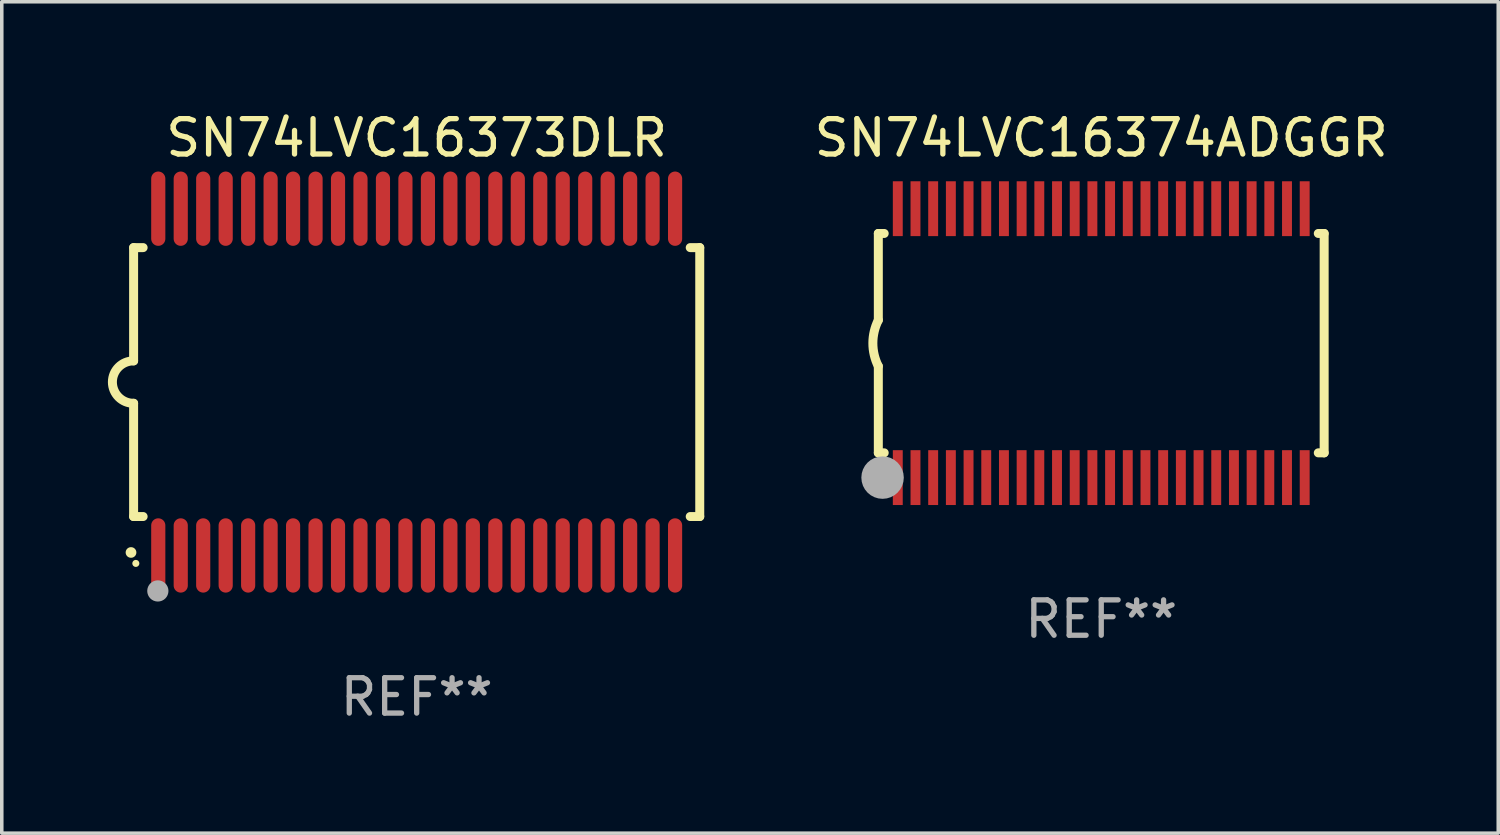
<source format=kicad_pcb>
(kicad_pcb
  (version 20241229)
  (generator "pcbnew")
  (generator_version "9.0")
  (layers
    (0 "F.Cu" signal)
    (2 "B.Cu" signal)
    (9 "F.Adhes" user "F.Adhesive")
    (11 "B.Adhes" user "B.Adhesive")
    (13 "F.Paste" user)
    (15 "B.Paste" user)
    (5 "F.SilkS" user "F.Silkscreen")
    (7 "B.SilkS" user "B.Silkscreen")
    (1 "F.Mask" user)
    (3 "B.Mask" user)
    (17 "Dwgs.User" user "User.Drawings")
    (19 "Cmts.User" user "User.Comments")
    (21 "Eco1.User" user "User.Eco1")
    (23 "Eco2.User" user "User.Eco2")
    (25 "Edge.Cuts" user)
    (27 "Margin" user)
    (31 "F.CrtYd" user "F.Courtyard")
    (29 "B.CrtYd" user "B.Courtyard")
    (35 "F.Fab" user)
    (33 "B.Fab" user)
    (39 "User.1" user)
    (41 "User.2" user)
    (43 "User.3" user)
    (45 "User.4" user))
  (footprint "SN74LVC16373DLR"
    (layer "F.Cu")
    (at 8.726 7.748)
    (property "Reference" "SN74LVC16373DLR" (at 0 -6.9 0) (layer "F.SilkS") (effects (font (size 1 1) (thickness 0.15))))
    (attr through_hole)
    (fp_line (start -8 -3.8) (end -8 -0.599) (stroke (width 0.254) (type solid)) (layer "F.SilkS"))
    (fp_line (start -8 -3.8) (end -7.731 -3.8) (stroke (width 0.254) (type solid)) (layer "F.SilkS"))
    (fp_line (start -8 3.8) (end -8 0.599) (stroke (width 0.254) (type solid)) (layer "F.SilkS"))
    (fp_line (start -7.731 3.8) (end -8 3.8) (stroke (width 0.254) (type solid)) (layer "F.SilkS"))
    (fp_line (start 7.731 -3.8) (end 8 -3.8) (stroke (width 0.254) (type solid)) (layer "F.SilkS"))
    (fp_line (start 8 -3.8) (end 8 3.8) (stroke (width 0.254) (type solid)) (layer "F.SilkS"))
    (fp_line (start 8 3.8) (end 7.731 3.8) (stroke (width 0.254) (type solid)) (layer "F.SilkS"))
    (fp_arc (start -8.074676 4.81585) (mid -8.073406 4.815845) (end -8.072136 4.81585) (stroke (width 0.3) (type solid)) (layer "F.SilkS"))
    (fp_arc (start -8.000025 0.6) (mid -8.598908 0.00056) (end -8.000027 -0.598882) (stroke (width 0.254001) (type solid)) (layer "F.SilkS"))
    (fp_circle (center -7.937 5.125) (end -7.887 5.125) (stroke (width 0.1) (type solid)) (fill no) (layer "F.SilkS"))
    (fp_circle (center -7.315 5.903) (end -7.165 5.903) (stroke (width 0.3) (type solid)) (fill no) (layer "F.Fab"))
    (fp_text user "REF**" (at 0 8.9 0) (layer "F.Fab") (effects (font (size 1 1) (thickness 0.15))))
    (pad "1" smd oval (at -7.303 4.9) (size 0.4 2.1) (layers "F.Cu" "F.Mask" "F.Paste"))
    (pad "2" smd oval (at -6.668 4.9) (size 0.4 2.1) (layers "F.Cu" "F.Mask" "F.Paste"))
    (pad "3" smd oval (at -6.033 4.9) (size 0.4 2.1) (layers "F.Cu" "F.Mask" "F.Paste"))
    (pad "4" smd oval (at -5.398 4.9) (size 0.4 2.1) (layers "F.Cu" "F.Mask" "F.Paste"))
    (pad "5" smd oval (at -4.763 4.9) (size 0.4 2.1) (layers "F.Cu" "F.Mask" "F.Paste"))
    (pad "6" smd oval (at -4.128 4.9) (size 0.4 2.1) (layers "F.Cu" "F.Mask" "F.Paste"))
    (pad "7" smd oval (at -3.493 4.9) (size 0.4 2.1) (layers "F.Cu" "F.Mask" "F.Paste"))
    (pad "8" smd oval (at -2.858 4.9) (size 0.4 2.1) (layers "F.Cu" "F.Mask" "F.Paste"))
    (pad "9" smd oval (at -2.223 4.9) (size 0.4 2.1) (layers "F.Cu" "F.Mask" "F.Paste"))
    (pad "10" smd oval (at -1.588 4.9) (size 0.4 2.1) (layers "F.Cu" "F.Mask" "F.Paste"))
    (pad "11" smd oval (at -0.953 4.9) (size 0.4 2.1) (layers "F.Cu" "F.Mask" "F.Paste"))
    (pad "12" smd oval (at -0.318 4.9) (size 0.4 2.1) (layers "F.Cu" "F.Mask" "F.Paste"))
    (pad "13" smd oval (at 0.318 4.9) (size 0.4 2.1) (layers "F.Cu" "F.Mask" "F.Paste"))
    (pad "14" smd oval (at 0.953 4.9) (size 0.4 2.1) (layers "F.Cu" "F.Mask" "F.Paste"))
    (pad "15" smd oval (at 1.588 4.9) (size 0.4 2.1) (layers "F.Cu" "F.Mask" "F.Paste"))
    (pad "16" smd oval (at 2.223 4.9) (size 0.4 2.1) (layers "F.Cu" "F.Mask" "F.Paste"))
    (pad "17" smd oval (at 2.858 4.9) (size 0.4 2.1) (layers "F.Cu" "F.Mask" "F.Paste"))
    (pad "18" smd oval (at 3.493 4.9) (size 0.4 2.1) (layers "F.Cu" "F.Mask" "F.Paste"))
    (pad "19" smd oval (at 4.128 4.9) (size 0.4 2.1) (layers "F.Cu" "F.Mask" "F.Paste"))
    (pad "20" smd oval (at 4.763 4.9) (size 0.4 2.1) (layers "F.Cu" "F.Mask" "F.Paste"))
    (pad "21" smd oval (at 5.398 4.9) (size 0.4 2.1) (layers "F.Cu" "F.Mask" "F.Paste"))
    (pad "22" smd oval (at 6.033 4.9) (size 0.4 2.1) (layers "F.Cu" "F.Mask" "F.Paste"))
    (pad "23" smd oval (at 6.668 4.9) (size 0.4 2.1) (layers "F.Cu" "F.Mask" "F.Paste"))
    (pad "24" smd oval (at 7.303 4.9) (size 0.4 2.1) (layers "F.Cu" "F.Mask" "F.Paste"))
    (pad "25" smd oval (at 7.303 -4.9 180) (size 0.4 2.1) (layers "F.Cu" "F.Mask" "F.Paste"))
    (pad "26" smd oval (at 6.668 -4.9 180) (size 0.4 2.1) (layers "F.Cu" "F.Mask" "F.Paste"))
    (pad "27" smd oval (at 6.033 -4.9 180) (size 0.4 2.1) (layers "F.Cu" "F.Mask" "F.Paste"))
    (pad "28" smd oval (at 5.398 -4.9 180) (size 0.4 2.1) (layers "F.Cu" "F.Mask" "F.Paste"))
    (pad "29" smd oval (at 4.763 -4.9 180) (size 0.4 2.1) (layers "F.Cu" "F.Mask" "F.Paste"))
    (pad "30" smd oval (at 4.128 -4.9 180) (size 0.4 2.1) (layers "F.Cu" "F.Mask" "F.Paste"))
    (pad "31" smd oval (at 3.493 -4.9 180) (size 0.4 2.1) (layers "F.Cu" "F.Mask" "F.Paste"))
    (pad "32" smd oval (at 2.858 -4.9 180) (size 0.4 2.1) (layers "F.Cu" "F.Mask" "F.Paste"))
    (pad "33" smd oval (at 2.223 -4.9 180) (size 0.4 2.1) (layers "F.Cu" "F.Mask" "F.Paste"))
    (pad "34" smd oval (at 1.588 -4.9 180) (size 0.4 2.1) (layers "F.Cu" "F.Mask" "F.Paste"))
    (pad "35" smd oval (at 0.953 -4.9 180) (size 0.4 2.1) (layers "F.Cu" "F.Mask" "F.Paste"))
    (pad "36" smd oval (at 0.318 -4.9 180) (size 0.4 2.1) (layers "F.Cu" "F.Mask" "F.Paste"))
    (pad "37" smd oval (at -0.318 -4.9 180) (size 0.4 2.1) (layers "F.Cu" "F.Mask" "F.Paste"))
    (pad "38" smd oval (at -0.953 -4.9 180) (size 0.4 2.1) (layers "F.Cu" "F.Mask" "F.Paste"))
    (pad "39" smd oval (at -1.588 -4.9 180) (size 0.4 2.1) (layers "F.Cu" "F.Mask" "F.Paste"))
    (pad "40" smd oval (at -2.223 -4.9 180) (size 0.4 2.1) (layers "F.Cu" "F.Mask" "F.Paste"))
    (pad "41" smd oval (at -2.858 -4.9 180) (size 0.4 2.1) (layers "F.Cu" "F.Mask" "F.Paste"))
    (pad "42" smd oval (at -3.493 -4.9 180) (size 0.4 2.1) (layers "F.Cu" "F.Mask" "F.Paste"))
    (pad "43" smd oval (at -4.128 -4.9 180) (size 0.4 2.1) (layers "F.Cu" "F.Mask" "F.Paste"))
    (pad "44" smd oval (at -4.763 -4.9 180) (size 0.4 2.1) (layers "F.Cu" "F.Mask" "F.Paste"))
    (pad "45" smd oval (at -5.398 -4.9 180) (size 0.4 2.1) (layers "F.Cu" "F.Mask" "F.Paste"))
    (pad "46" smd oval (at -6.033 -4.9 180) (size 0.4 2.1) (layers "F.Cu" "F.Mask" "F.Paste"))
    (pad "47" smd oval (at -6.668 -4.9 180) (size 0.4 2.1) (layers "F.Cu" "F.Mask" "F.Paste"))
    (pad "48" smd oval (at -7.303 -4.9 180) (size 0.4 2.1) (layers "F.Cu" "F.Mask" "F.Paste")))
  (footprint "SN74LVC16374ADGGR"
    (layer "F.Cu")
    (at 28.073 6.648)
    (property "Reference" "SN74LVC16374ADGGR" (at 0 -5.8 0) (layer "F.SilkS") (effects (font (size 1 1) (thickness 0.15))))
    (attr through_hole)
    (fp_line (start -6.3 -3.1) (end -6.3 -0.65) (stroke (width 0.254) (type solid)) (layer "F.SilkS"))
    (fp_line (start -6.3 -3.1) (end -6.134 -3.1) (stroke (width 0.254) (type solid)) (layer "F.SilkS"))
    (fp_line (start -6.3 3.1) (end -6.3 0.65) (stroke (width 0.254) (type solid)) (layer "F.SilkS"))
    (fp_line (start -6.3 3.1) (end -6.134 3.1) (stroke (width 0.254) (type solid)) (layer "F.SilkS"))
    (fp_line (start 6.134 -3.1) (end 6.3 -3.1) (stroke (width 0.254) (type solid)) (layer "F.SilkS"))
    (fp_line (start 6.134 3.1) (end 6.3 3.1) (stroke (width 0.254) (type solid)) (layer "F.SilkS"))
    (fp_line (start 6.3 -3.1) (end 6.3 3.1) (stroke (width 0.254) (type solid)) (layer "F.SilkS"))
    (fp_arc (start -6.301016 0.650114) (mid -6.45413 -0.000082) (end -6.3 -0.650038) (stroke (width 0.254001) (type solid)) (layer "F.SilkS"))
    (fp_circle (center -6.35 3.81) (end -6.223 3.81) (stroke (width 0.254) (type solid)) (fill no) (layer "F.SilkS"))
    (fp_circle (center -6.25 4.05) (end -6.22 4.05) (stroke (width 0.06) (type solid)) (fill no) (layer "F.SilkS"))
    (fp_circle (center -6.18 3.8) (end -5.88 3.8) (stroke (width 0.6) (type solid)) (fill no) (layer "F.Fab"))
    (fp_text user "REF**" (at 0 7.8 0) (layer "F.Fab") (effects (font (size 1 1) (thickness 0.15))))
    (pad "1" smd rect (at -5.75 3.8) (size 0.28 1.55) (layers "F.Cu" "F.Mask" "F.Paste"))
    (pad "2" smd rect (at -5.25 3.8) (size 0.28 1.55) (layers "F.Cu" "F.Mask" "F.Paste"))
    (pad "3" smd rect (at -4.75 3.8) (size 0.28 1.55) (layers "F.Cu" "F.Mask" "F.Paste"))
    (pad "4" smd rect (at -4.25 3.8) (size 0.28 1.55) (layers "F.Cu" "F.Mask" "F.Paste"))
    (pad "5" smd rect (at -3.75 3.8) (size 0.28 1.55) (layers "F.Cu" "F.Mask" "F.Paste"))
    (pad "6" smd rect (at -3.25 3.8) (size 0.28 1.55) (layers "F.Cu" "F.Mask" "F.Paste"))
    (pad "7" smd rect (at -2.75 3.8) (size 0.28 1.55) (layers "F.Cu" "F.Mask" "F.Paste"))
    (pad "8" smd rect (at -2.25 3.8) (size 0.28 1.55) (layers "F.Cu" "F.Mask" "F.Paste"))
    (pad "9" smd rect (at -1.75 3.8) (size 0.28 1.55) (layers "F.Cu" "F.Mask" "F.Paste"))
    (pad "10" smd rect (at -1.25 3.8) (size 0.28 1.55) (layers "F.Cu" "F.Mask" "F.Paste"))
    (pad "11" smd rect (at -0.75 3.8) (size 0.28 1.55) (layers "F.Cu" "F.Mask" "F.Paste"))
    (pad "12" smd rect (at -0.25 3.8) (size 0.28 1.55) (layers "F.Cu" "F.Mask" "F.Paste"))
    (pad "13" smd rect (at 0.25 3.8) (size 0.28 1.55) (layers "F.Cu" "F.Mask" "F.Paste"))
    (pad "14" smd rect (at 0.75 3.8) (size 0.28 1.55) (layers "F.Cu" "F.Mask" "F.Paste"))
    (pad "15" smd rect (at 1.25 3.8) (size 0.28 1.55) (layers "F.Cu" "F.Mask" "F.Paste"))
    (pad "16" smd rect (at 1.75 3.8) (size 0.28 1.55) (layers "F.Cu" "F.Mask" "F.Paste"))
    (pad "17" smd rect (at 2.25 3.8) (size 0.28 1.55) (layers "F.Cu" "F.Mask" "F.Paste"))
    (pad "18" smd rect (at 2.75 3.8) (size 0.28 1.55) (layers "F.Cu" "F.Mask" "F.Paste"))
    (pad "19" smd rect (at 3.25 3.8) (size 0.28 1.55) (layers "F.Cu" "F.Mask" "F.Paste"))
    (pad "20" smd rect (at 3.75 3.8) (size 0.28 1.55) (layers "F.Cu" "F.Mask" "F.Paste"))
    (pad "21" smd rect (at 4.25 3.8) (size 0.28 1.55) (layers "F.Cu" "F.Mask" "F.Paste"))
    (pad "22" smd rect (at 4.75 3.8) (size 0.28 1.55) (layers "F.Cu" "F.Mask" "F.Paste"))
    (pad "23" smd rect (at 5.25 3.8) (size 0.28 1.55) (layers "F.Cu" "F.Mask" "F.Paste"))
    (pad "24" smd rect (at 5.75 3.8) (size 0.28 1.55) (layers "F.Cu" "F.Mask" "F.Paste"))
    (pad "25" smd rect (at 5.75 -3.8) (size 0.28 1.55) (layers "F.Cu" "F.Mask" "F.Paste"))
    (pad "26" smd rect (at 5.25 -3.8) (size 0.28 1.55) (layers "F.Cu" "F.Mask" "F.Paste"))
    (pad "27" smd rect (at 4.75 -3.8) (size 0.28 1.55) (layers "F.Cu" "F.Mask" "F.Paste"))
    (pad "28" smd rect (at 4.25 -3.8) (size 0.28 1.55) (layers "F.Cu" "F.Mask" "F.Paste"))
    (pad "29" smd rect (at 3.75 -3.8) (size 0.28 1.55) (layers "F.Cu" "F.Mask" "F.Paste"))
    (pad "30" smd rect (at 3.25 -3.8) (size 0.28 1.55) (layers "F.Cu" "F.Mask" "F.Paste"))
    (pad "31" smd rect (at 2.75 -3.8) (size 0.28 1.55) (layers "F.Cu" "F.Mask" "F.Paste"))
    (pad "32" smd rect (at 2.25 -3.8) (size 0.28 1.55) (layers "F.Cu" "F.Mask" "F.Paste"))
    (pad "33" smd rect (at 1.75 -3.8) (size 0.28 1.55) (layers "F.Cu" "F.Mask" "F.Paste"))
    (pad "34" smd rect (at 1.25 -3.8) (size 0.28 1.55) (layers "F.Cu" "F.Mask" "F.Paste"))
    (pad "35" smd rect (at 0.75 -3.8) (size 0.28 1.55) (layers "F.Cu" "F.Mask" "F.Paste"))
    (pad "36" smd rect (at 0.25 -3.8) (size 0.28 1.55) (layers "F.Cu" "F.Mask" "F.Paste"))
    (pad "37" smd rect (at -0.25 -3.8) (size 0.28 1.55) (layers "F.Cu" "F.Mask" "F.Paste"))
    (pad "38" smd rect (at -0.75 -3.8) (size 0.28 1.55) (layers "F.Cu" "F.Mask" "F.Paste"))
    (pad "39" smd rect (at -1.25 -3.8) (size 0.28 1.55) (layers "F.Cu" "F.Mask" "F.Paste"))
    (pad "40" smd rect (at -1.75 -3.8) (size 0.28 1.55) (layers "F.Cu" "F.Mask" "F.Paste"))
    (pad "41" smd rect (at -2.25 -3.8) (size 0.28 1.55) (layers "F.Cu" "F.Mask" "F.Paste"))
    (pad "42" smd rect (at -2.75 -3.8) (size 0.28 1.55) (layers "F.Cu" "F.Mask" "F.Paste"))
    (pad "43" smd rect (at -3.25 -3.8) (size 0.28 1.55) (layers "F.Cu" "F.Mask" "F.Paste"))
    (pad "44" smd rect (at -3.75 -3.8) (size 0.28 1.55) (layers "F.Cu" "F.Mask" "F.Paste"))
    (pad "45" smd rect (at -4.25 -3.8) (size 0.28 1.55) (layers "F.Cu" "F.Mask" "F.Paste"))
    (pad "46" smd rect (at -4.75 -3.8) (size 0.28 1.55) (layers "F.Cu" "F.Mask" "F.Paste"))
    (pad "47" smd rect (at -5.25 -3.8) (size 0.28 1.55) (layers "F.Cu" "F.Mask" "F.Paste"))
    (pad "48" smd rect (at -5.75 -3.8) (size 0.28 1.55) (layers "F.Cu" "F.Mask" "F.Paste")))
  (gr_rect
    (start -3 -3)
    (end 39.293 20.496)
    (stroke (width 0.1) (type default))
    (fill no)
    (layer "Edge.Cuts")))
</source>
